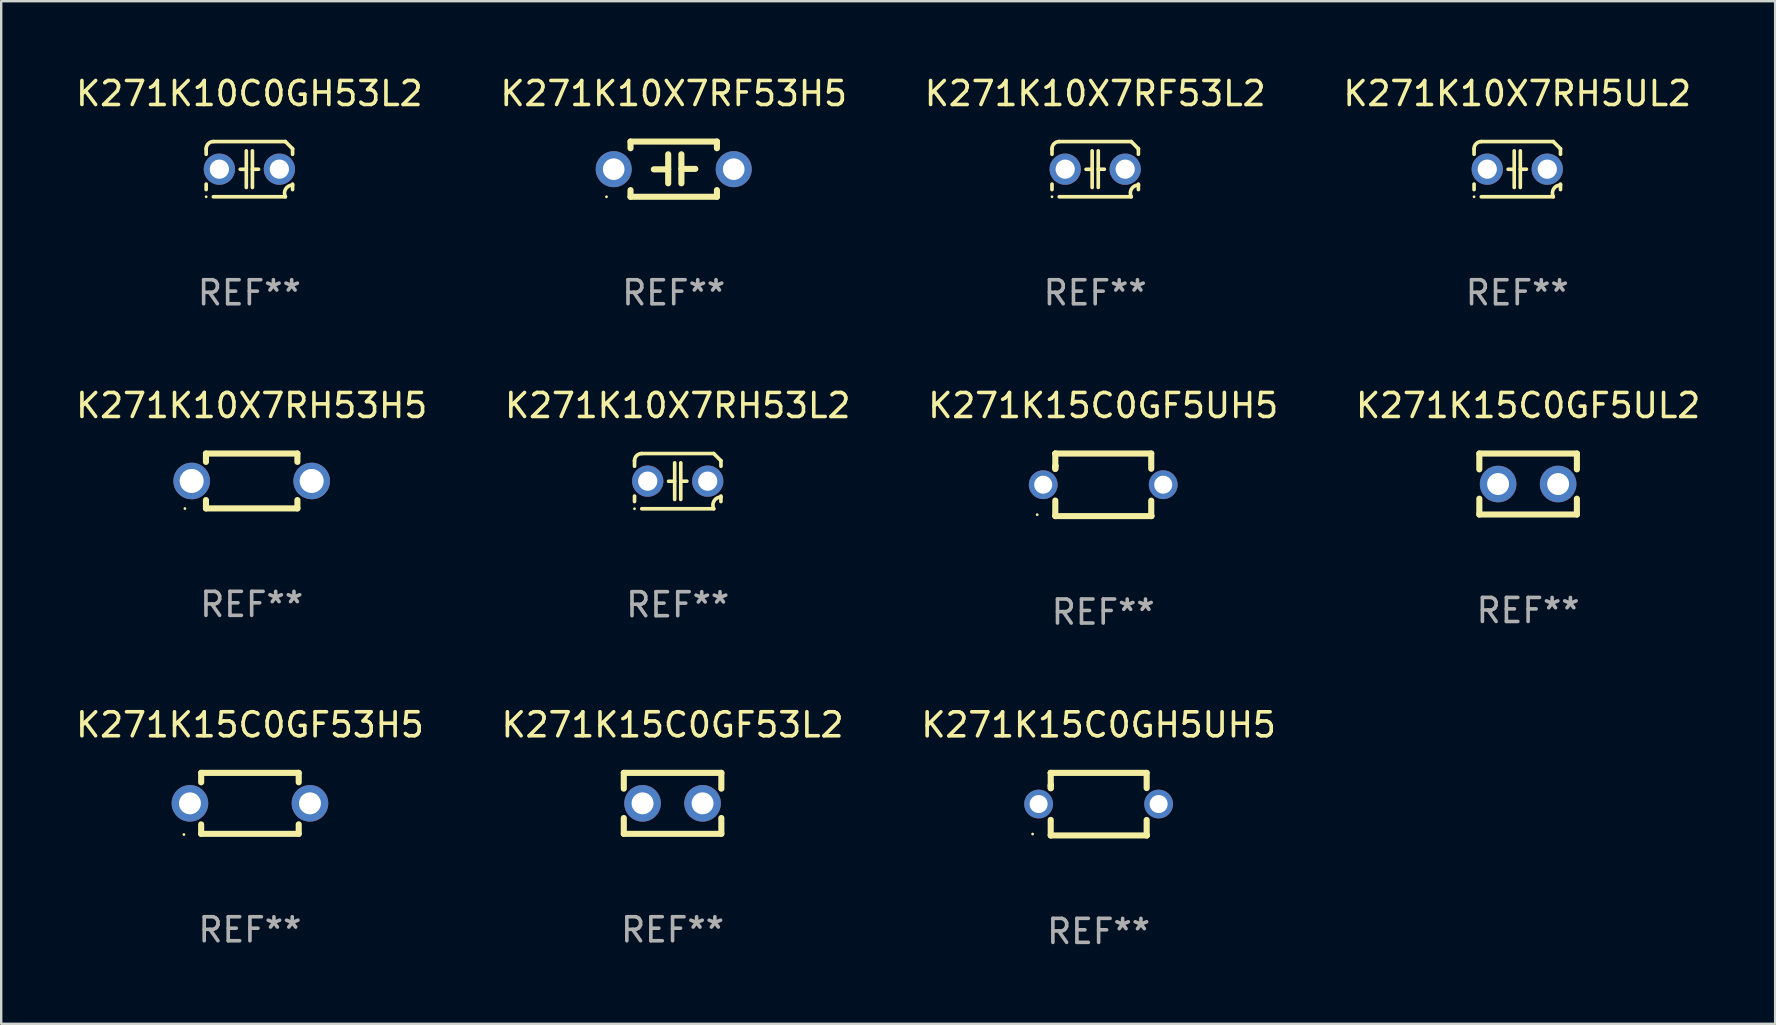
<source format=kicad_pcb>
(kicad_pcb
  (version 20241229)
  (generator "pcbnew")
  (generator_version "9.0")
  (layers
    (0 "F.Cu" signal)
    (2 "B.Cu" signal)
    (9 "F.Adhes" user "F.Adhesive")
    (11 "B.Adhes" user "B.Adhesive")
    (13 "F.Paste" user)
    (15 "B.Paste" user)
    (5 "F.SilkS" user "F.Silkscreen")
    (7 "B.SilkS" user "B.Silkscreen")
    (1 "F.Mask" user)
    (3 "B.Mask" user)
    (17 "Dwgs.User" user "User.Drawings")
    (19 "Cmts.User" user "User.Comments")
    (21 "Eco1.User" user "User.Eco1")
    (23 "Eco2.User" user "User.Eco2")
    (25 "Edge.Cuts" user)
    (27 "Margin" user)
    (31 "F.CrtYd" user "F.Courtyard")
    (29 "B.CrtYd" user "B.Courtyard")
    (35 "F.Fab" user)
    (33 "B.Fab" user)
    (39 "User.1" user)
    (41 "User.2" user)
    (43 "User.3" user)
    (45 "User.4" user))
  (footprint "K271K15C0GF53L2"
    (layer "F.Cu")
    (at 24.97 30.418)
    (property "Reference" "K271K15C0GF53L2" (at 0 -3.27 0) (layer "F.SilkS") (effects (font (size 1 1) (thickness 0.15))))
    (attr through_hole)
    (fp_line (start -2.032 -1.27) (end -2.032 -0.611) (stroke (width 0.254) (type solid)) (layer "F.SilkS"))
    (fp_line (start -2.032 0.611) (end -2.032 1.27) (stroke (width 0.254) (type solid)) (layer "F.SilkS"))
    (fp_line (start -2.032 1.27) (end 2.032 1.27) (stroke (width 0.254) (type solid)) (layer "F.SilkS"))
    (fp_line (start 2.032 -1.27) (end -2.032 -1.27) (stroke (width 0.254) (type solid)) (layer "F.SilkS"))
    (fp_line (start 2.032 -0.611) (end 2.032 -1.27) (stroke (width 0.254) (type solid)) (layer "F.SilkS"))
    (fp_line (start 2.032 1.27) (end 2.032 0.611) (stroke (width 0.254) (type solid)) (layer "F.SilkS"))
    (fp_circle (center -2 1.3) (end -1.97 1.3) (stroke (width 0.06) (type solid)) (fill no) (layer "F.SilkS"))
    (fp_text user "REF**" (at 0 5.27 0) (layer "F.Fab") (effects (font (size 1 1) (thickness 0.15))))
    (pad "1" thru_hole circle (at -1.25 0) (size 1.524 1.524) (drill 0.914) (layers "*.Cu" "*.Mask"))
    (pad "2" thru_hole circle (at 1.25 0) (size 1.524 1.524) (drill 0.914) (layers "*.Cu" "*.Mask")))
  (footprint "K271K15C0GF5UL2"
    (layer "F.Cu")
    (at 60.613 17.115)
    (property "Reference" "K271K15C0GF5UL2" (at 0 -3.27 0) (layer "F.SilkS") (effects (font (size 1 1) (thickness 0.15))))
    (attr through_hole)
    (fp_line (start -2.032 -1.27) (end -2.032 -0.611) (stroke (width 0.254) (type solid)) (layer "F.SilkS"))
    (fp_line (start -2.032 0.611) (end -2.032 1.27) (stroke (width 0.254) (type solid)) (layer "F.SilkS"))
    (fp_line (start -2.032 1.27) (end 2.032 1.27) (stroke (width 0.254) (type solid)) (layer "F.SilkS"))
    (fp_line (start 2.032 -1.27) (end -2.032 -1.27) (stroke (width 0.254) (type solid)) (layer "F.SilkS"))
    (fp_line (start 2.032 -0.611) (end 2.032 -1.27) (stroke (width 0.254) (type solid)) (layer "F.SilkS"))
    (fp_line (start 2.032 1.27) (end 2.032 0.611) (stroke (width 0.254) (type solid)) (layer "F.SilkS"))
    (fp_circle (center -2 1.3) (end -1.97 1.3) (stroke (width 0.06) (type solid)) (fill no) (layer "F.SilkS"))
    (fp_text user "REF**" (at 0 5.27 0) (layer "F.Fab") (effects (font (size 1 1) (thickness 0.15))))
    (pad "1" thru_hole circle (at -1.25 0) (size 1.524 1.524) (drill 0.914) (layers "*.Cu" "*.Mask"))
    (pad "2" thru_hole circle (at 1.25 0) (size 1.524 1.524) (drill 0.914) (layers "*.Cu" "*.Mask")))
  (footprint "K271K15C0GH5UH5"
    (layer "F.Cu")
    (at 42.72 30.452)
    (property "Reference" "K271K15C0GH5UH5" (at 0 -3.303 0) (layer "F.SilkS") (effects (font (size 1 1) (thickness 0.15))))
    (attr through_hole)
    (fp_line (start -1.996 -0.782) (end -1.983 -0.795) (stroke (width 0.254) (type solid)) (layer "F.SilkS"))
    (fp_line (start -1.996 -0.665) (end -1.996 -0.782) (stroke (width 0.254) (type solid)) (layer "F.SilkS"))
    (fp_line (start -1.996 1.297) (end -1.996 0.655) (stroke (width 0.254) (type solid)) (layer "F.SilkS"))
    (fp_line (start -1.996 -1.303) (end 2.001 -1.303) (stroke (width 0.254) (type solid)) (layer "F.SilkS"))
    (fp_line (start -1.995 -1.303) (end -1.996 -1.303) (stroke (width 0.254) (type solid)) (layer "F.SilkS"))
    (fp_line (start -1.995 -0.664) (end -1.995 -1.303) (stroke (width 0.254) (type solid)) (layer "F.SilkS"))
    (fp_line (start -1.99 1.303) (end -1.996 1.297) (stroke (width 0.254) (type solid)) (layer "F.SilkS"))
    (fp_line (start 2.001 -1.303) (end 2.001 -0.669) (stroke (width 0.254) (type solid)) (layer "F.SilkS"))
    (fp_line (start 2.001 0.659) (end 2.001 1.297) (stroke (width 0.254) (type solid)) (layer "F.SilkS"))
    (fp_line (start 2.001 1.297) (end 2.008 1.303) (stroke (width 0.254) (type solid)) (layer "F.SilkS"))
    (fp_line (start 2.008 1.303) (end -1.99 1.303) (stroke (width 0.254) (type solid)) (layer "F.SilkS"))
    (fp_circle (center -2.75 1.245) (end -2.72 1.245) (stroke (width 0.06) (type solid)) (fill no) (layer "F.SilkS"))
    (fp_text user "REF**" (at 0 5.303 0) (layer "F.Fab") (effects (font (size 1 1) (thickness 0.15))))
    (pad "1" thru_hole circle (at -2.5 -0.005) (size 1.2 1.2) (drill 0.75) (layers "*.Cu" "*.Mask"))
    (pad "2" thru_hole circle (at 2.5 -0.005) (size 1.2 1.2) (drill 0.75) (layers "*.Cu" "*.Mask")))
  (footprint "K271K10X7RF53L2"
    (layer "F.Cu")
    (at 42.577 3.998)
    (property "Reference" "K271K10X7RF53L2" (at 0 -3.15 0) (layer "F.SilkS") (effects (font (size 1 1) (thickness 0.15))))
    (attr through_hole)
    (fp_line (start -1.8 -0.621) (end -1.8 -0.85) (stroke (width 0.152) (type solid)) (layer "F.SilkS"))
    (fp_line (start -1.8 0.85) (end -1.8 0.621) (stroke (width 0.152) (type solid)) (layer "F.SilkS"))
    (fp_line (start -1.5 -1.15) (end 1.5 -1.15) (stroke (width 0.152) (type solid)) (layer "F.SilkS"))
    (fp_line (start -0.127 -0.762) (end -0.127 0.762) (stroke (width 0.152) (type solid)) (layer "F.SilkS"))
    (fp_line (start -0.127 0.005) (end -0.381 0.005) (stroke (width 0.152) (type solid)) (layer "F.SilkS"))
    (fp_line (start 0.127 -0.762) (end 0.127 0.762) (stroke (width 0.152) (type solid)) (layer "F.SilkS"))
    (fp_line (start 0.127 0.002) (end 0.381 0.002) (stroke (width 0.152) (type solid)) (layer "F.SilkS"))
    (fp_line (start 1.5 1.15) (end -1.5 1.15) (stroke (width 0.152) (type solid)) (layer "F.SilkS"))
    (fp_line (start 1.8 -0.85) (end 1.8 -0.621) (stroke (width 0.152) (type solid)) (layer "F.SilkS"))
    (fp_line (start 1.8 0.621) (end 1.8 0.85) (stroke (width 0.152) (type solid)) (layer "F.SilkS"))
    (fp_arc (start -1.799975 -0.849987) (mid -1.712107 -1.062119) (end -1.499975 -1.149987) (stroke (width 0.151994) (type solid)) (layer "F.SilkS"))
    (fp_arc (start 1.499975 1.149987) (mid 1.513726 0.822359) (end 1.799975 0.662387) (stroke (width 0.151994) (type solid)) (layer "F.SilkS"))
    (fp_arc (start 1.500001 -1.149986) (mid 1.650015 -1.000001) (end 1.8 -0.849987) (stroke (width 0.151994) (type solid)) (layer "F.SilkS"))
    (fp_circle (center -1.8 1.15) (end -1.77 1.15) (stroke (width 0.06) (type solid)) (fill no) (layer "F.SilkS"))
    (fp_text user "REF**" (at 0 5.15 0) (layer "F.Fab") (effects (font (size 1 1) (thickness 0.15))))
    (pad "1" thru_hole circle (at -1.25 0) (size 1.3 1.3) (drill 0.8) (layers "*.Cu" "*.Mask"))
    (pad "2" thru_hole circle (at 1.25 0) (size 1.3 1.3) (drill 0.8) (layers "*.Cu" "*.Mask")))
  (footprint "K271K15C0GF53H5"
    (layer "F.Cu")
    (at 7.363 30.418)
    (property "Reference" "K271K15C0GF53H5" (at 0 -3.27 0) (layer "F.SilkS") (effects (font (size 1 1) (thickness 0.15))))
    (attr through_hole)
    (fp_line (start -2.032 -1.27) (end -2.032 -0.876) (stroke (width 0.254) (type solid)) (layer "F.SilkS"))
    (fp_line (start -2.032 0.876) (end -2.032 1.27) (stroke (width 0.254) (type solid)) (layer "F.SilkS"))
    (fp_line (start -2.032 1.27) (end 2.032 1.27) (stroke (width 0.254) (type solid)) (layer "F.SilkS"))
    (fp_line (start 2.032 -1.27) (end -2.032 -1.27) (stroke (width 0.254) (type solid)) (layer "F.SilkS"))
    (fp_line (start 2.032 -0.876) (end 2.032 -1.27) (stroke (width 0.254) (type solid)) (layer "F.SilkS"))
    (fp_line (start 2.032 1.27) (end 2.032 0.876) (stroke (width 0.254) (type solid)) (layer "F.SilkS"))
    (fp_circle (center -2.751 1.3) (end -2.721 1.3) (stroke (width 0.06) (type solid)) (fill no) (layer "F.SilkS"))
    (fp_text user "REF**" (at 0 5.27 0) (layer "F.Fab") (effects (font (size 1 1) (thickness 0.15))))
    (pad "1" thru_hole circle (at -2.5 0) (size 1.524 1.524) (drill 0.914) (layers "*.Cu" "*.Mask"))
    (pad "2" thru_hole circle (at 2.5 0) (size 1.524 1.524) (drill 0.914) (layers "*.Cu" "*.Mask")))
  (footprint "K271K10X7RH5UL2"
    (layer "F.Cu")
    (at 60.161 3.998)
    (property "Reference" "K271K10X7RH5UL2" (at 0 -3.15 0) (layer "F.SilkS") (effects (font (size 1 1) (thickness 0.15))))
    (attr through_hole)
    (fp_line (start -1.8 -0.621) (end -1.8 -0.85) (stroke (width 0.152) (type solid)) (layer "F.SilkS"))
    (fp_line (start -1.8 0.85) (end -1.8 0.621) (stroke (width 0.152) (type solid)) (layer "F.SilkS"))
    (fp_line (start -1.5 -1.15) (end 1.5 -1.15) (stroke (width 0.152) (type solid)) (layer "F.SilkS"))
    (fp_line (start -0.127 -0.762) (end -0.127 0.762) (stroke (width 0.152) (type solid)) (layer "F.SilkS"))
    (fp_line (start -0.127 0.005) (end -0.381 0.005) (stroke (width 0.152) (type solid)) (layer "F.SilkS"))
    (fp_line (start 0.127 -0.762) (end 0.127 0.762) (stroke (width 0.152) (type solid)) (layer "F.SilkS"))
    (fp_line (start 0.127 0.002) (end 0.381 0.002) (stroke (width 0.152) (type solid)) (layer "F.SilkS"))
    (fp_line (start 1.5 1.15) (end -1.5 1.15) (stroke (width 0.152) (type solid)) (layer "F.SilkS"))
    (fp_line (start 1.8 -0.85) (end 1.8 -0.621) (stroke (width 0.152) (type solid)) (layer "F.SilkS"))
    (fp_line (start 1.8 0.621) (end 1.8 0.85) (stroke (width 0.152) (type solid)) (layer "F.SilkS"))
    (fp_arc (start -1.799975 -0.849987) (mid -1.712107 -1.062119) (end -1.499975 -1.149987) (stroke (width 0.151994) (type solid)) (layer "F.SilkS"))
    (fp_arc (start 1.499975 1.149987) (mid 1.513726 0.822359) (end 1.799975 0.662387) (stroke (width 0.151994) (type solid)) (layer "F.SilkS"))
    (fp_arc (start 1.500001 -1.149986) (mid 1.650015 -1.000001) (end 1.8 -0.849987) (stroke (width 0.151994) (type solid)) (layer "F.SilkS"))
    (fp_circle (center -1.8 1.15) (end -1.77 1.15) (stroke (width 0.06) (type solid)) (fill no) (layer "F.SilkS"))
    (fp_text user "REF**" (at 0 5.15 0) (layer "F.Fab") (effects (font (size 1 1) (thickness 0.15))))
    (pad "1" thru_hole circle (at -1.25 0) (size 1.3 1.3) (drill 0.8) (layers "*.Cu" "*.Mask"))
    (pad "2" thru_hole circle (at 1.25 0) (size 1.3 1.3) (drill 0.8) (layers "*.Cu" "*.Mask")))
  (footprint "K271K15C0GF5UH5"
    (layer "F.Cu")
    (at 42.911 17.148)
    (property "Reference" "K271K15C0GF5UH5" (at 0 -3.303 0) (layer "F.SilkS") (effects (font (size 1 1) (thickness 0.15))))
    (attr through_hole)
    (fp_line (start -1.996 -0.782) (end -1.983 -0.795) (stroke (width 0.254) (type solid)) (layer "F.SilkS"))
    (fp_line (start -1.996 -0.665) (end -1.996 -0.782) (stroke (width 0.254) (type solid)) (layer "F.SilkS"))
    (fp_line (start -1.996 1.297) (end -1.996 0.655) (stroke (width 0.254) (type solid)) (layer "F.SilkS"))
    (fp_line (start -1.996 -1.303) (end 2.001 -1.303) (stroke (width 0.254) (type solid)) (layer "F.SilkS"))
    (fp_line (start -1.995 -1.303) (end -1.996 -1.303) (stroke (width 0.254) (type solid)) (layer "F.SilkS"))
    (fp_line (start -1.995 -0.664) (end -1.995 -1.303) (stroke (width 0.254) (type solid)) (layer "F.SilkS"))
    (fp_line (start -1.99 1.303) (end -1.996 1.297) (stroke (width 0.254) (type solid)) (layer "F.SilkS"))
    (fp_line (start 2.001 -1.303) (end 2.001 -0.669) (stroke (width 0.254) (type solid)) (layer "F.SilkS"))
    (fp_line (start 2.001 0.659) (end 2.001 1.297) (stroke (width 0.254) (type solid)) (layer "F.SilkS"))
    (fp_line (start 2.001 1.297) (end 2.008 1.303) (stroke (width 0.254) (type solid)) (layer "F.SilkS"))
    (fp_line (start 2.008 1.303) (end -1.99 1.303) (stroke (width 0.254) (type solid)) (layer "F.SilkS"))
    (fp_circle (center -2.75 1.245) (end -2.72 1.245) (stroke (width 0.06) (type solid)) (fill no) (layer "F.SilkS"))
    (fp_text user "REF**" (at 0 5.303 0) (layer "F.Fab") (effects (font (size 1 1) (thickness 0.15))))
    (pad "1" thru_hole circle (at -2.5 -0.005) (size 1.2 1.2) (drill 0.75) (layers "*.Cu" "*.Mask"))
    (pad "2" thru_hole circle (at 2.5 -0.005) (size 1.2 1.2) (drill 0.75) (layers "*.Cu" "*.Mask")))
  (footprint "K271K10C0GH53L2"
    (layer "F.Cu")
    (at 7.339 3.998)
    (property "Reference" "K271K10C0GH53L2" (at 0 -3.15 0) (layer "F.SilkS") (effects (font (size 1 1) (thickness 0.15))))
    (attr through_hole)
    (fp_line (start -1.8 -0.621) (end -1.8 -0.85) (stroke (width 0.152) (type solid)) (layer "F.SilkS"))
    (fp_line (start -1.8 0.85) (end -1.8 0.621) (stroke (width 0.152) (type solid)) (layer "F.SilkS"))
    (fp_line (start -1.5 -1.15) (end 1.5 -1.15) (stroke (width 0.152) (type solid)) (layer "F.SilkS"))
    (fp_line (start -0.127 -0.762) (end -0.127 0.762) (stroke (width 0.152) (type solid)) (layer "F.SilkS"))
    (fp_line (start -0.127 0.005) (end -0.381 0.005) (stroke (width 0.152) (type solid)) (layer "F.SilkS"))
    (fp_line (start 0.127 -0.762) (end 0.127 0.762) (stroke (width 0.152) (type solid)) (layer "F.SilkS"))
    (fp_line (start 0.127 0.002) (end 0.381 0.002) (stroke (width 0.152) (type solid)) (layer "F.SilkS"))
    (fp_line (start 1.5 1.15) (end -1.5 1.15) (stroke (width 0.152) (type solid)) (layer "F.SilkS"))
    (fp_line (start 1.8 -0.85) (end 1.8 -0.621) (stroke (width 0.152) (type solid)) (layer "F.SilkS"))
    (fp_line (start 1.8 0.621) (end 1.8 0.85) (stroke (width 0.152) (type solid)) (layer "F.SilkS"))
    (fp_arc (start -1.799975 -0.849987) (mid -1.712107 -1.062119) (end -1.499975 -1.149987) (stroke (width 0.151994) (type solid)) (layer "F.SilkS"))
    (fp_arc (start 1.499975 1.149987) (mid 1.513726 0.822359) (end 1.799975 0.662387) (stroke (width 0.151994) (type solid)) (layer "F.SilkS"))
    (fp_arc (start 1.500001 -1.149986) (mid 1.650015 -1.000001) (end 1.8 -0.849987) (stroke (width 0.151994) (type solid)) (layer "F.SilkS"))
    (fp_circle (center -1.8 1.15) (end -1.77 1.15) (stroke (width 0.06) (type solid)) (fill no) (layer "F.SilkS"))
    (fp_text user "REF**" (at 0 5.15 0) (layer "F.Fab") (effects (font (size 1 1) (thickness 0.15))))
    (pad "1" thru_hole circle (at -1.25 0) (size 1.3 1.3) (drill 0.8) (layers "*.Cu" "*.Mask"))
    (pad "2" thru_hole circle (at 1.25 0) (size 1.3 1.3) (drill 0.8) (layers "*.Cu" "*.Mask")))
  (footprint "K271K10X7RH53H5"
    (layer "F.Cu")
    (at 7.435 16.988)
    (property "Reference" "K271K10X7RH53H5" (at 0 -3.143 0) (layer "F.SilkS") (effects (font (size 1 1) (thickness 0.15))))
    (attr through_hole)
    (fp_line (start -1.905 -1.143) (end 1.905 -1.143) (stroke (width 0.254) (type solid)) (layer "F.SilkS"))
    (fp_line (start -1.905 -0.795) (end -1.905 -1.143) (stroke (width 0.254) (type solid)) (layer "F.SilkS"))
    (fp_line (start -1.905 1.143) (end -1.905 0.795) (stroke (width 0.254) (type solid)) (layer "F.SilkS"))
    (fp_line (start 1.905 -1.143) (end 1.905 -0.795) (stroke (width 0.254) (type solid)) (layer "F.SilkS"))
    (fp_line (start 1.905 0.795) (end 1.905 1.143) (stroke (width 0.254) (type solid)) (layer "F.SilkS"))
    (fp_line (start 1.905 1.143) (end -1.905 1.143) (stroke (width 0.254) (type solid)) (layer "F.SilkS"))
    (fp_circle (center -2.781 1.15) (end -2.751 1.15) (stroke (width 0.06) (type solid)) (fill no) (layer "F.SilkS"))
    (fp_text user "REF**" (at 0 5.143 0) (layer "F.Fab") (effects (font (size 1 1) (thickness 0.15))))
    (pad "1" thru_hole circle (at -2.5 0) (size 1.524 1.524) (drill 1) (layers "*.Cu" "*.Mask"))
    (pad "2" thru_hole circle (at 2.5 0) (size 1.524 1.524) (drill 1) (layers "*.Cu" "*.Mask")))
  (footprint "K271K10X7RF53H5"
    (layer "F.Cu")
    (at 25.018 3.998)
    (property "Reference" "K271K10X7RF53H5" (at 0 -3.15 0) (layer "F.SilkS") (effects (font (size 1 1) (thickness 0.15))))
    (attr through_hole)
    (fp_line (start -1.8 -1.15) (end -1.8 -0.872) (stroke (width 0.254) (type solid)) (layer "F.SilkS"))
    (fp_line (start -1.8 -1.15) (end 1.8 -1.15) (stroke (width 0.254) (type solid)) (layer "F.SilkS"))
    (fp_line (start -1.8 0.872) (end -1.8 1.15) (stroke (width 0.254) (type solid)) (layer "F.SilkS"))
    (fp_line (start -1.8 1.15) (end 1.8 1.15) (stroke (width 0.254) (type solid)) (layer "F.SilkS"))
    (fp_line (start -0.23 -0.62) (end -0.23 0.59) (stroke (width 0.254) (type solid)) (layer "F.SilkS"))
    (fp_line (start -0.23 0.007) (end -0.83 0.007) (stroke (width 0.254) (type solid)) (layer "F.SilkS"))
    (fp_line (start 0.32 -0.62) (end 0.32 0.59) (stroke (width 0.254) (type solid)) (layer "F.SilkS"))
    (fp_line (start 0.32 -0.012) (end 0.9 -0.012) (stroke (width 0.254) (type solid)) (layer "F.SilkS"))
    (fp_line (start 1.8 -1.15) (end 1.8 -0.872) (stroke (width 0.254) (type solid)) (layer "F.SilkS"))
    (fp_line (start 1.8 0.872) (end 1.8 1.15) (stroke (width 0.254) (type solid)) (layer "F.SilkS"))
    (fp_circle (center -2.8 1.15) (end -2.77 1.15) (stroke (width 0.06) (type solid)) (fill no) (layer "F.SilkS"))
    (fp_text user "REF**" (at 0 5.15 0) (layer "F.Fab") (effects (font (size 1 1) (thickness 0.15))))
    (pad "1" thru_hole circle (at -2.5 0) (size 1.5 1.5) (drill 0.9) (layers "*.Cu" "*.Mask"))
    (pad "2" thru_hole circle (at 2.5 0) (size 1.5 1.5) (drill 0.9) (layers "*.Cu" "*.Mask")))
  (footprint "K271K10X7RH53L2"
    (layer "F.Cu")
    (at 25.185 16.995)
    (property "Reference" "K271K10X7RH53L2" (at 0 -3.15 0) (layer "F.SilkS") (effects (font (size 1 1) (thickness 0.15))))
    (attr through_hole)
    (fp_line (start -1.8 -0.621) (end -1.8 -0.85) (stroke (width 0.152) (type solid)) (layer "F.SilkS"))
    (fp_line (start -1.8 0.85) (end -1.8 0.621) (stroke (width 0.152) (type solid)) (layer "F.SilkS"))
    (fp_line (start -1.5 -1.15) (end 1.5 -1.15) (stroke (width 0.152) (type solid)) (layer "F.SilkS"))
    (fp_line (start -0.127 -0.762) (end -0.127 0.762) (stroke (width 0.152) (type solid)) (layer "F.SilkS"))
    (fp_line (start -0.127 0.005) (end -0.381 0.005) (stroke (width 0.152) (type solid)) (layer "F.SilkS"))
    (fp_line (start 0.127 -0.762) (end 0.127 0.762) (stroke (width 0.152) (type solid)) (layer "F.SilkS"))
    (fp_line (start 0.127 0.002) (end 0.381 0.002) (stroke (width 0.152) (type solid)) (layer "F.SilkS"))
    (fp_line (start 1.5 1.15) (end -1.5 1.15) (stroke (width 0.152) (type solid)) (layer "F.SilkS"))
    (fp_line (start 1.8 -0.85) (end 1.8 -0.621) (stroke (width 0.152) (type solid)) (layer "F.SilkS"))
    (fp_line (start 1.8 0.621) (end 1.8 0.85) (stroke (width 0.152) (type solid)) (layer "F.SilkS"))
    (fp_arc (start -1.799975 -0.849987) (mid -1.712107 -1.062119) (end -1.499975 -1.149987) (stroke (width 0.151994) (type solid)) (layer "F.SilkS"))
    (fp_arc (start 1.499975 1.149987) (mid 1.513726 0.822359) (end 1.799975 0.662387) (stroke (width 0.151994) (type solid)) (layer "F.SilkS"))
    (fp_arc (start 1.500001 -1.149986) (mid 1.650015 -1.000001) (end 1.8 -0.849987) (stroke (width 0.151994) (type solid)) (layer "F.SilkS"))
    (fp_circle (center -1.8 1.15) (end -1.77 1.15) (stroke (width 0.06) (type solid)) (fill no) (layer "F.SilkS"))
    (fp_text user "REF**" (at 0 5.15 0) (layer "F.Fab") (effects (font (size 1 1) (thickness 0.15))))
    (pad "1" thru_hole circle (at -1.25 0) (size 1.3 1.3) (drill 0.8) (layers "*.Cu" "*.Mask"))
    (pad "2" thru_hole circle (at 1.25 0) (size 1.3 1.3) (drill 0.8) (layers "*.Cu" "*.Mask")))
  (gr_rect
    (start -3 -3)
    (end 70.905 39.603)
    (stroke (width 0.1) (type default))
    (fill no)
    (layer "Edge.Cuts")))
</source>
